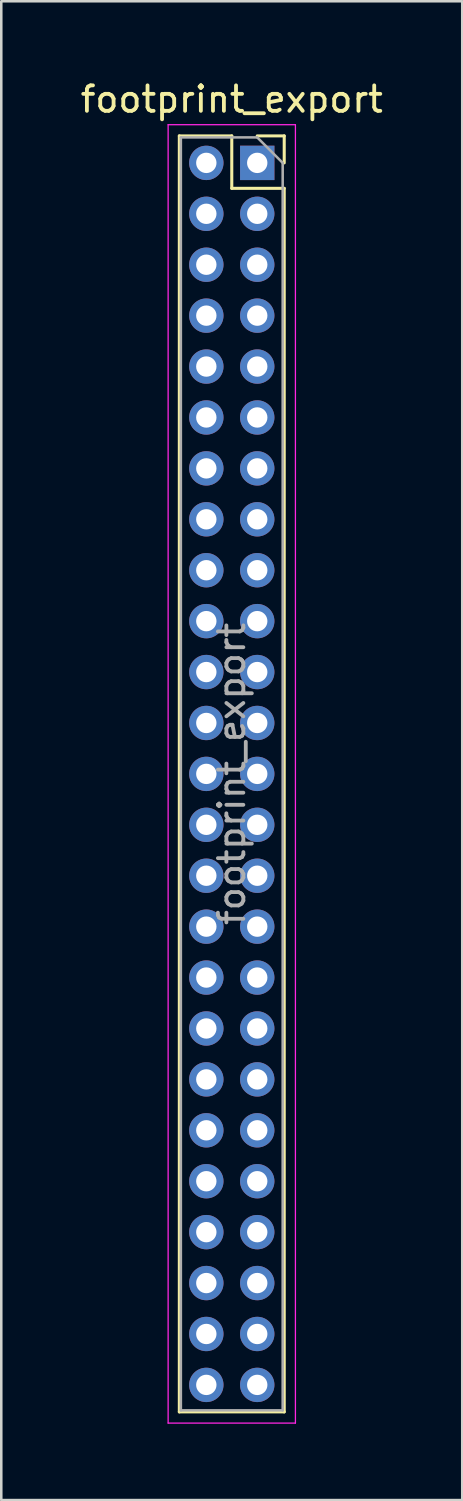
<source format=kicad_pcb>
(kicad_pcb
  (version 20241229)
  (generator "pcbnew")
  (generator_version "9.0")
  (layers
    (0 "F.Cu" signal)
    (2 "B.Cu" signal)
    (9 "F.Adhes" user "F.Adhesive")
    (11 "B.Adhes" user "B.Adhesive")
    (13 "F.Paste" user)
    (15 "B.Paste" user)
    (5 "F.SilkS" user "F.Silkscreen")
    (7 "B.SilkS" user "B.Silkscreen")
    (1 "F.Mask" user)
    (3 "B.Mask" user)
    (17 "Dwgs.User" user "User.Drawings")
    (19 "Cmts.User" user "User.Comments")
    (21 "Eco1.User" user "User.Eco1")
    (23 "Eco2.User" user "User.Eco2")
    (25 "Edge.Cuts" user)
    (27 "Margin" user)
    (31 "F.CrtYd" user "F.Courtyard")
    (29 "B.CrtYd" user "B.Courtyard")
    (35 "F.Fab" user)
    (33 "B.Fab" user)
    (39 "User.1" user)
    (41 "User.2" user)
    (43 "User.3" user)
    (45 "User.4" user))
  (footprint "footprint_export"
    (layer "F.Cu")
    (at 7.054 3.348)
    (property "Reference" "footprint_export" (at -1 -2.5 0) (layer "F.SilkS") (effects (font (size 1 1) (thickness 0.15))))
    (attr through_hole)
    (fp_line (start -3.06 -1.06) (end -3.06 49.06) (stroke (width 0.12) (type solid)) (layer "F.SilkS"))
    (fp_line (start -3.06 -1.06) (end -1 -1.06) (stroke (width 0.12) (type solid)) (layer "F.SilkS"))
    (fp_line (start -3.06 49.06) (end 1.06 49.06) (stroke (width 0.12) (type solid)) (layer "F.SilkS"))
    (fp_line (start -1 -1.06) (end -1 1) (stroke (width 0.12) (type solid)) (layer "F.SilkS"))
    (fp_line (start -1 1) (end 1.06 1) (stroke (width 0.12) (type solid)) (layer "F.SilkS"))
    (fp_line (start 0 -1.06) (end 1.06 -1.06) (stroke (width 0.12) (type solid)) (layer "F.SilkS"))
    (fp_line (start 1.06 -1.06) (end 1.06 0) (stroke (width 0.12) (type solid)) (layer "F.SilkS"))
    (fp_line (start 1.06 1) (end 1.06 49.06) (stroke (width 0.12) (type solid)) (layer "F.SilkS"))
    (fp_line (start -3.5 -1.5) (end 1.5 -1.5) (stroke (width 0.05) (type solid)) (layer "F.CrtYd"))
    (fp_line (start -3.5 49.5) (end -3.5 -1.5) (stroke (width 0.05) (type solid)) (layer "F.CrtYd"))
    (fp_line (start 1.5 -1.5) (end 1.5 49.5) (stroke (width 0.05) (type solid)) (layer "F.CrtYd"))
    (fp_line (start 1.5 49.5) (end -3.5 49.5) (stroke (width 0.05) (type solid)) (layer "F.CrtYd"))
    (fp_line (start -3 -1) (end 0 -1) (stroke (width 0.1) (type solid)) (layer "F.Fab"))
    (fp_line (start -3 49) (end -3 -1) (stroke (width 0.1) (type solid)) (layer "F.Fab"))
    (fp_line (start 0 -1) (end 1 0) (stroke (width 0.1) (type solid)) (layer "F.Fab"))
    (fp_line (start 1 0) (end 1 49) (stroke (width 0.1) (type solid)) (layer "F.Fab"))
    (fp_line (start 1 49) (end -3 49) (stroke (width 0.1) (type solid)) (layer "F.Fab"))
    (fp_text user "${REFERENCE}" (at -1 24 90) (layer "F.Fab") (effects (font (size 1 1) (thickness 0.15))))
    (pad "1" thru_hole rect (at 0 0) (size 1.35 1.35) (drill 0.8) (layers "*.Cu" "*.Mask"))
    (pad "2" thru_hole oval (at -2 0) (size 1.35 1.35) (drill 0.8) (layers "*.Cu" "*.Mask"))
    (pad "3" thru_hole oval (at 0 2) (size 1.35 1.35) (drill 0.8) (layers "*.Cu" "*.Mask"))
    (pad "4" thru_hole oval (at -2 2) (size 1.35 1.35) (drill 0.8) (layers "*.Cu" "*.Mask"))
    (pad "5" thru_hole oval (at 0 4) (size 1.35 1.35) (drill 0.8) (layers "*.Cu" "*.Mask"))
    (pad "6" thru_hole oval (at -2 4) (size 1.35 1.35) (drill 0.8) (layers "*.Cu" "*.Mask"))
    (pad "7" thru_hole oval (at 0 6) (size 1.35 1.35) (drill 0.8) (layers "*.Cu" "*.Mask"))
    (pad "8" thru_hole oval (at -2 6) (size 1.35 1.35) (drill 0.8) (layers "*.Cu" "*.Mask"))
    (pad "9" thru_hole oval (at 0 8) (size 1.35 1.35) (drill 0.8) (layers "*.Cu" "*.Mask"))
    (pad "10" thru_hole oval (at -2 8) (size 1.35 1.35) (drill 0.8) (layers "*.Cu" "*.Mask"))
    (pad "11" thru_hole oval (at 0 10) (size 1.35 1.35) (drill 0.8) (layers "*.Cu" "*.Mask"))
    (pad "12" thru_hole oval (at -2 10) (size 1.35 1.35) (drill 0.8) (layers "*.Cu" "*.Mask"))
    (pad "13" thru_hole oval (at 0 12) (size 1.35 1.35) (drill 0.8) (layers "*.Cu" "*.Mask"))
    (pad "14" thru_hole oval (at -2 12) (size 1.35 1.35) (drill 0.8) (layers "*.Cu" "*.Mask"))
    (pad "15" thru_hole oval (at 0 14) (size 1.35 1.35) (drill 0.8) (layers "*.Cu" "*.Mask"))
    (pad "16" thru_hole oval (at -2 14) (size 1.35 1.35) (drill 0.8) (layers "*.Cu" "*.Mask"))
    (pad "17" thru_hole oval (at 0 16) (size 1.35 1.35) (drill 0.8) (layers "*.Cu" "*.Mask"))
    (pad "18" thru_hole oval (at -2 16) (size 1.35 1.35) (drill 0.8) (layers "*.Cu" "*.Mask"))
    (pad "19" thru_hole oval (at 0 18) (size 1.35 1.35) (drill 0.8) (layers "*.Cu" "*.Mask"))
    (pad "20" thru_hole oval (at -2 18) (size 1.35 1.35) (drill 0.8) (layers "*.Cu" "*.Mask"))
    (pad "21" thru_hole oval (at 0 20) (size 1.35 1.35) (drill 0.8) (layers "*.Cu" "*.Mask"))
    (pad "22" thru_hole oval (at -2 20) (size 1.35 1.35) (drill 0.8) (layers "*.Cu" "*.Mask"))
    (pad "23" thru_hole oval (at 0 22) (size 1.35 1.35) (drill 0.8) (layers "*.Cu" "*.Mask"))
    (pad "24" thru_hole oval (at -2 22) (size 1.35 1.35) (drill 0.8) (layers "*.Cu" "*.Mask"))
    (pad "25" thru_hole oval (at 0 24) (size 1.35 1.35) (drill 0.8) (layers "*.Cu" "*.Mask"))
    (pad "26" thru_hole oval (at -2 24) (size 1.35 1.35) (drill 0.8) (layers "*.Cu" "*.Mask"))
    (pad "27" thru_hole oval (at 0 26) (size 1.35 1.35) (drill 0.8) (layers "*.Cu" "*.Mask"))
    (pad "28" thru_hole oval (at -2 26) (size 1.35 1.35) (drill 0.8) (layers "*.Cu" "*.Mask"))
    (pad "29" thru_hole oval (at 0 28) (size 1.35 1.35) (drill 0.8) (layers "*.Cu" "*.Mask"))
    (pad "30" thru_hole oval (at -2 28) (size 1.35 1.35) (drill 0.8) (layers "*.Cu" "*.Mask"))
    (pad "31" thru_hole oval (at 0 30) (size 1.35 1.35) (drill 0.8) (layers "*.Cu" "*.Mask"))
    (pad "32" thru_hole oval (at -2 30) (size 1.35 1.35) (drill 0.8) (layers "*.Cu" "*.Mask"))
    (pad "33" thru_hole oval (at 0 32) (size 1.35 1.35) (drill 0.8) (layers "*.Cu" "*.Mask"))
    (pad "34" thru_hole oval (at -2 32) (size 1.35 1.35) (drill 0.8) (layers "*.Cu" "*.Mask"))
    (pad "35" thru_hole oval (at 0 34) (size 1.35 1.35) (drill 0.8) (layers "*.Cu" "*.Mask"))
    (pad "36" thru_hole oval (at -2 34) (size 1.35 1.35) (drill 0.8) (layers "*.Cu" "*.Mask"))
    (pad "37" thru_hole oval (at 0 36) (size 1.35 1.35) (drill 0.8) (layers "*.Cu" "*.Mask"))
    (pad "38" thru_hole oval (at -2 36) (size 1.35 1.35) (drill 0.8) (layers "*.Cu" "*.Mask"))
    (pad "39" thru_hole oval (at 0 38) (size 1.35 1.35) (drill 0.8) (layers "*.Cu" "*.Mask"))
    (pad "40" thru_hole oval (at -2 38) (size 1.35 1.35) (drill 0.8) (layers "*.Cu" "*.Mask"))
    (pad "41" thru_hole oval (at 0 40) (size 1.35 1.35) (drill 0.8) (layers "*.Cu" "*.Mask"))
    (pad "42" thru_hole oval (at -2 40) (size 1.35 1.35) (drill 0.8) (layers "*.Cu" "*.Mask"))
    (pad "43" thru_hole oval (at 0 42) (size 1.35 1.35) (drill 0.8) (layers "*.Cu" "*.Mask"))
    (pad "44" thru_hole oval (at -2 42) (size 1.35 1.35) (drill 0.8) (layers "*.Cu" "*.Mask"))
    (pad "45" thru_hole oval (at 0 44) (size 1.35 1.35) (drill 0.8) (layers "*.Cu" "*.Mask"))
    (pad "46" thru_hole oval (at -2 44) (size 1.35 1.35) (drill 0.8) (layers "*.Cu" "*.Mask"))
    (pad "47" thru_hole oval (at 0 46) (size 1.35 1.35) (drill 0.8) (layers "*.Cu" "*.Mask"))
    (pad "48" thru_hole oval (at -2 46) (size 1.35 1.35) (drill 0.8) (layers "*.Cu" "*.Mask"))
    (pad "49" thru_hole oval (at 0 48) (size 1.35 1.35) (drill 0.8) (layers "*.Cu" "*.Mask"))
    (pad "50" thru_hole oval (at -2 48) (size 1.35 1.35) (drill 0.8) (layers "*.Cu" "*.Mask")))
  (gr_rect
    (start -3 -3)
    (end 15.107 55.873)
    (stroke (width 0.1) (type default))
    (fill no)
    (layer "Edge.Cuts")))
</source>
